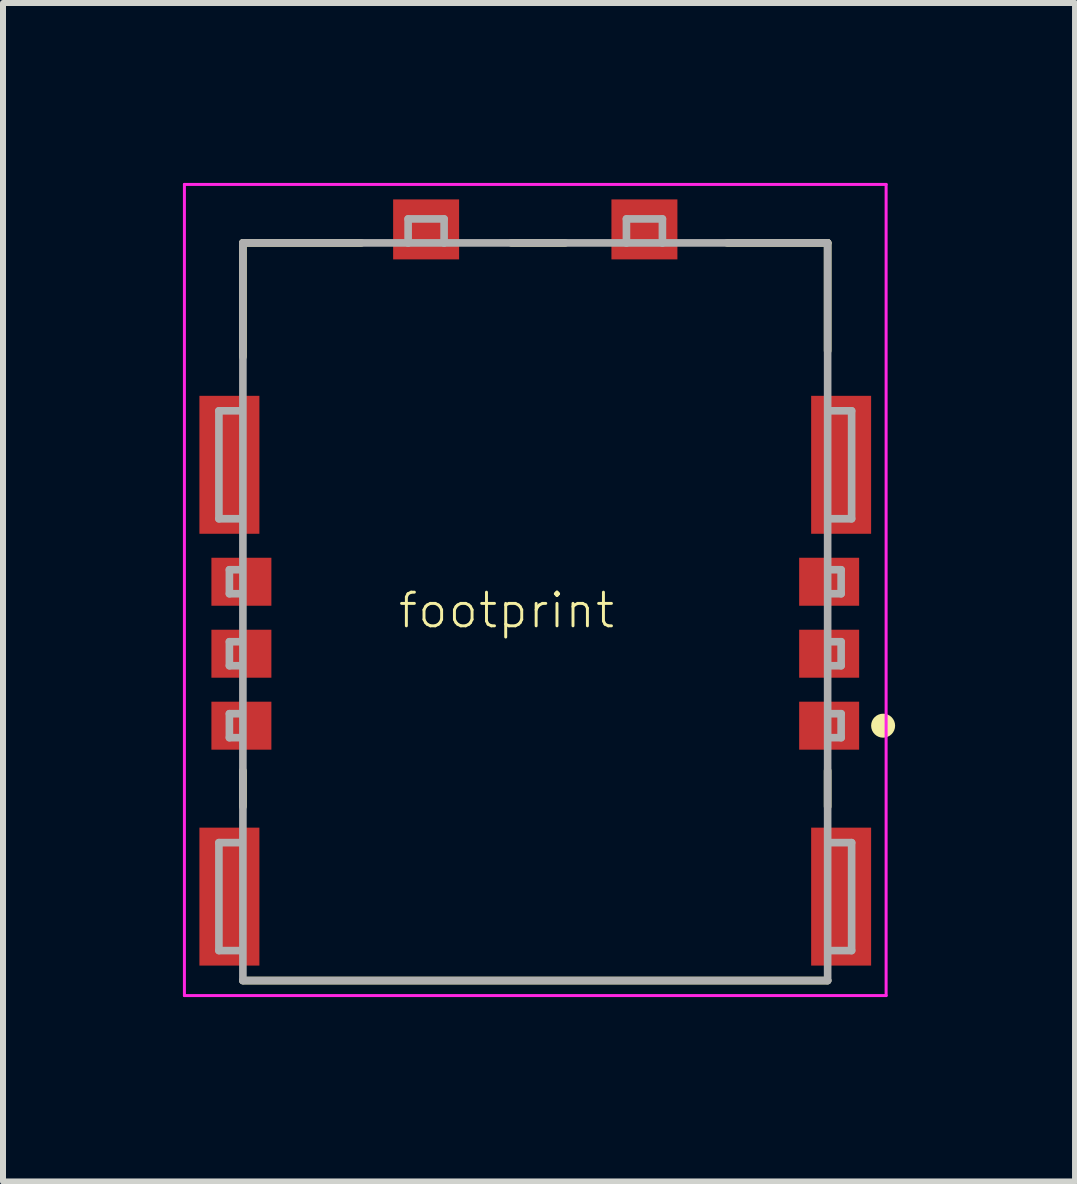
<source format=kicad_pcb>
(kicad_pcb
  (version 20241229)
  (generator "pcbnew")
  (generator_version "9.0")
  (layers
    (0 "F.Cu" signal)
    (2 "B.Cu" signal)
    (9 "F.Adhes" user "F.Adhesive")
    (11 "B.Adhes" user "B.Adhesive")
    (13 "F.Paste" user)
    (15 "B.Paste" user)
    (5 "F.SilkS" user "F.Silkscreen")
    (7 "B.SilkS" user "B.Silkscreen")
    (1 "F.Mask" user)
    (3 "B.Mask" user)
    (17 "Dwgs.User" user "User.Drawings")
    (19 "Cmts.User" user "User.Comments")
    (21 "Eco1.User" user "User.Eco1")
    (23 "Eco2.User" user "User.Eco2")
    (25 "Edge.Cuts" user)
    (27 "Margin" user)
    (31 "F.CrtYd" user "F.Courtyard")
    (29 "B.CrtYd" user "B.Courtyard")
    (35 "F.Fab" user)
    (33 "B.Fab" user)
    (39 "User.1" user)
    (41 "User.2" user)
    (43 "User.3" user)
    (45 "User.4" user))
  (footprint "footprint"
    (layer "F.Cu")
    (at 5.875 13.4)
    (property "Reference" "footprint" (at -2.315 -5.944 0) (layer "F.SilkS") (effects (font (size 0.561 0.561) (thickness 0.049)) (justify left bottom)))
    (fp_line (start -4.875 -12.4) (end -4.875 -10.5) (stroke (width 0.127) (type solid)) (layer "F.SilkS"))
    (fp_line (start -4.875 -3.6) (end -4.875 -3) (stroke (width 0.127) (type solid)) (layer "F.SilkS"))
    (fp_line (start -4.875 -0.1) (end 4.875 -0.1) (stroke (width 0.127) (type solid)) (layer "F.SilkS"))
    (fp_line (start -2.9 -12.4) (end -4.875 -12.4) (stroke (width 0.127) (type solid)) (layer "F.SilkS"))
    (fp_line (start -0.4 -12.4) (end 0.5 -12.4) (stroke (width 0.127) (type solid)) (layer "F.SilkS"))
    (fp_line (start 3.2 -12.4) (end 4.875 -12.4) (stroke (width 0.127) (type solid)) (layer "F.SilkS"))
    (fp_line (start 4.875 -12.4) (end 4.875 -10.6) (stroke (width 0.127) (type solid)) (layer "F.SilkS"))
    (fp_line (start 4.875 -3.6) (end 4.875 -3) (stroke (width 0.127) (type solid)) (layer "F.SilkS"))
    (fp_circle (center 5.8 -4.35) (end 5.9 -4.35) (stroke (width 0.2) (type solid)) (fill no) (layer "F.SilkS"))
    (fp_line (start -5.85 -13.375) (end -5.85 0.15) (stroke (width 0.05) (type solid)) (layer "F.CrtYd"))
    (fp_line (start -5.85 0.15) (end 5.85 0.15) (stroke (width 0.05) (type solid)) (layer "F.CrtYd"))
    (fp_line (start 5.85 -13.375) (end -5.85 -13.375) (stroke (width 0.05) (type solid)) (layer "F.CrtYd"))
    (fp_line (start 5.85 0.15) (end 5.85 -13.375) (stroke (width 0.05) (type solid)) (layer "F.CrtYd"))
    (fp_line (start -5.275 -9.6) (end -5.275 -7.8) (stroke (width 0.127) (type solid)) (layer "F.Fab"))
    (fp_line (start -5.275 -7.8) (end -4.9 -7.8) (stroke (width 0.127) (type solid)) (layer "F.Fab"))
    (fp_line (start -5.275 -2.4) (end -5.275 -0.6) (stroke (width 0.127) (type solid)) (layer "F.Fab"))
    (fp_line (start -5.275 -0.6) (end -4.9 -0.6) (stroke (width 0.127) (type solid)) (layer "F.Fab"))
    (fp_line (start -5.1 -6.95) (end -5.1 -6.55) (stroke (width 0.127) (type solid)) (layer "F.Fab"))
    (fp_line (start -5.1 -6.55) (end -4.9 -6.55) (stroke (width 0.127) (type solid)) (layer "F.Fab"))
    (fp_line (start -5.1 -5.75) (end -5.1 -5.35) (stroke (width 0.127) (type solid)) (layer "F.Fab"))
    (fp_line (start -5.1 -5.35) (end -4.9 -5.35) (stroke (width 0.127) (type solid)) (layer "F.Fab"))
    (fp_line (start -5.1 -4.55) (end -5.1 -4.15) (stroke (width 0.127) (type solid)) (layer "F.Fab"))
    (fp_line (start -5.1 -4.15) (end -4.9 -4.15) (stroke (width 0.127) (type solid)) (layer "F.Fab"))
    (fp_line (start -4.9 -9.6) (end -5.275 -9.6) (stroke (width 0.127) (type solid)) (layer "F.Fab"))
    (fp_line (start -4.9 -6.95) (end -5.1 -6.95) (stroke (width 0.127) (type solid)) (layer "F.Fab"))
    (fp_line (start -4.9 -5.75) (end -5.1 -5.75) (stroke (width 0.127) (type solid)) (layer "F.Fab"))
    (fp_line (start -4.9 -4.55) (end -5.1 -4.55) (stroke (width 0.127) (type solid)) (layer "F.Fab"))
    (fp_line (start -4.9 -2.4) (end -5.275 -2.4) (stroke (width 0.127) (type solid)) (layer "F.Fab"))
    (fp_line (start -4.875 -12.4) (end -2.12 -12.4) (stroke (width 0.127) (type solid)) (layer "F.Fab"))
    (fp_line (start -4.875 -0.1) (end -4.875 -12.4) (stroke (width 0.127) (type solid)) (layer "F.Fab"))
    (fp_line (start -2.12 -12.8) (end -2.12 -12.4) (stroke (width 0.127) (type solid)) (layer "F.Fab"))
    (fp_line (start -2.12 -12.4) (end -1.52 -12.4) (stroke (width 0.127) (type solid)) (layer "F.Fab"))
    (fp_line (start -1.52 -12.8) (end -2.12 -12.8) (stroke (width 0.127) (type solid)) (layer "F.Fab"))
    (fp_line (start -1.52 -12.4) (end -1.52 -12.8) (stroke (width 0.127) (type solid)) (layer "F.Fab"))
    (fp_line (start -1.52 -12.4) (end 1.52 -12.4) (stroke (width 0.127) (type solid)) (layer "F.Fab"))
    (fp_line (start 1.52 -12.8) (end 1.52 -12.4) (stroke (width 0.127) (type solid)) (layer "F.Fab"))
    (fp_line (start 1.52 -12.4) (end 2.12 -12.4) (stroke (width 0.127) (type solid)) (layer "F.Fab"))
    (fp_line (start 2.12 -12.8) (end 1.52 -12.8) (stroke (width 0.127) (type solid)) (layer "F.Fab"))
    (fp_line (start 2.12 -12.4) (end 2.12 -12.8) (stroke (width 0.127) (type solid)) (layer "F.Fab"))
    (fp_line (start 2.12 -12.4) (end 4.875 -12.4) (stroke (width 0.127) (type solid)) (layer "F.Fab"))
    (fp_line (start 4.875 -12.4) (end 4.875 -0.1) (stroke (width 0.127) (type solid)) (layer "F.Fab"))
    (fp_line (start 4.875 -0.1) (end -4.875 -0.1) (stroke (width 0.127) (type solid)) (layer "F.Fab"))
    (fp_line (start 4.9 -7.8) (end 5.275 -7.8) (stroke (width 0.127) (type solid)) (layer "F.Fab"))
    (fp_line (start 4.9 -6.55) (end 5.1 -6.55) (stroke (width 0.127) (type solid)) (layer "F.Fab"))
    (fp_line (start 4.9 -5.35) (end 5.1 -5.35) (stroke (width 0.127) (type solid)) (layer "F.Fab"))
    (fp_line (start 4.9 -4.15) (end 5.1 -4.15) (stroke (width 0.127) (type solid)) (layer "F.Fab"))
    (fp_line (start 4.9 -0.6) (end 5.275 -0.6) (stroke (width 0.127) (type solid)) (layer "F.Fab"))
    (fp_line (start 5.1 -6.95) (end 4.9 -6.95) (stroke (width 0.127) (type solid)) (layer "F.Fab"))
    (fp_line (start 5.1 -6.55) (end 5.1 -6.95) (stroke (width 0.127) (type solid)) (layer "F.Fab"))
    (fp_line (start 5.1 -5.75) (end 4.9 -5.75) (stroke (width 0.127) (type solid)) (layer "F.Fab"))
    (fp_line (start 5.1 -5.35) (end 5.1 -5.75) (stroke (width 0.127) (type solid)) (layer "F.Fab"))
    (fp_line (start 5.1 -4.55) (end 4.9 -4.55) (stroke (width 0.127) (type solid)) (layer "F.Fab"))
    (fp_line (start 5.1 -4.15) (end 5.1 -4.55) (stroke (width 0.127) (type solid)) (layer "F.Fab"))
    (fp_line (start 5.275 -9.6) (end 4.9 -9.6) (stroke (width 0.127) (type solid)) (layer "F.Fab"))
    (fp_line (start 5.275 -7.8) (end 5.275 -9.6) (stroke (width 0.127) (type solid)) (layer "F.Fab"))
    (fp_line (start 5.275 -2.4) (end 4.9 -2.4) (stroke (width 0.127) (type solid)) (layer "F.Fab"))
    (fp_line (start 5.275 -0.6) (end 5.275 -2.4) (stroke (width 0.127) (type solid)) (layer "F.Fab"))
    (pad "G1" smd rect (at -5.1 -1.5) (size 1 2.3) (layers "F.Cu" "F.Mask" "F.Paste"))
    (pad "G2" smd rect (at -5.1 -8.7) (size 1 2.3) (layers "F.Cu" "F.Mask" "F.Paste"))
    (pad "G3" smd rect (at 5.1 -8.7) (size 1 2.3) (layers "F.Cu" "F.Mask" "F.Paste"))
    (pad "G4" smd rect (at 5.1 -1.5) (size 1 2.3) (layers "F.Cu" "F.Mask" "F.Paste"))
    (pad "R1" smd rect (at -1.82 -12.625) (size 1.1 1) (layers "F.Cu" "F.Mask" "F.Paste"))
    (pad "R2" smd rect (at 1.82 -12.625) (size 1.1 1) (layers "F.Cu" "F.Mask" "F.Paste"))
    (pad "S1" smd rect (at 4.9 -4.35) (size 1 0.8) (layers "F.Cu" "F.Mask" "F.Paste"))
    (pad "S2" smd rect (at 4.9 -5.55) (size 1 0.8) (layers "F.Cu" "F.Mask" "F.Paste"))
    (pad "S3" smd rect (at -4.9 -4.35) (size 1 0.8) (layers "F.Cu" "F.Mask" "F.Paste"))
    (pad "S4" smd rect (at 4.9 -6.75) (size 1 0.8) (layers "F.Cu" "F.Mask" "F.Paste"))
    (pad "S5" smd rect (at -4.9 -5.55) (size 1 0.8) (layers "F.Cu" "F.Mask" "F.Paste"))
    (pad "S6" smd rect (at -4.9 -6.75) (size 1 0.8) (layers "F.Cu" "F.Mask" "F.Paste"))
    (zone (net_name "") (layer "F.Cu") (hatch edge 0.508) (connect_pads) (min_thickness 0.254) (filled_areas_thickness no) (keepout (tracks not_allowed) (vias not_allowed) (pads not_allowed) (copperpour not_allowed) (footprints allowed)) (placement (enabled no)) (fill) (polygon (pts (xy 2.729 13.049) (xy 3.935 13.049) (xy 3.935 10.15) (xy 2.729 10.15))))
    (zone (net_name "") (layer "F.Cu") (hatch edge 0.508) (connect_pads) (min_thickness 0.254) (filled_areas_thickness no) (keepout (tracks not_allowed) (vias not_allowed) (pads not_allowed) (copperpour not_allowed) (footprints allowed)) (placement (enabled no)) (fill) (polygon (pts (xy 2.733 5.744) (xy 3.935 5.744) (xy 3.935 2.65) (xy 2.733 2.65))))
    (zone (net_name "") (layer "F.Cu") (hatch edge 0.508) (connect_pads) (min_thickness 0.254) (filled_areas_thickness no) (keepout (tracks not_allowed) (vias not_allowed) (pads not_allowed) (copperpour not_allowed) (footprints allowed)) (placement (enabled no)) (fill) (polygon (pts (xy 5.274 5.737) (xy 6.475 5.737) (xy 6.475 2.65) (xy 5.274 2.65))))
    (zone (net_name "") (layer "F.Cu") (hatch edge 0.508) (connect_pads) (min_thickness 0.254) (filled_areas_thickness no) (keepout (tracks not_allowed) (vias not_allowed) (pads not_allowed) (copperpour not_allowed) (footprints allowed)) (placement (enabled no)) (fill) (polygon (pts (xy 5.274 13.05) (xy 6.475 13.05) (xy 6.475 10.15) (xy 5.274 10.15))))
    (zone (net_name "") (layer "F.Cu") (hatch edge 0.508) (connect_pads) (min_thickness 0.254) (filled_areas_thickness no) (keepout (tracks not_allowed) (vias not_allowed) (pads not_allowed) (copperpour not_allowed) (footprints allowed)) (placement (enabled no)) (fill) (polygon (pts (xy 7.815 5.748) (xy 9.015 5.748) (xy 9.015 2.65) (xy 7.815 2.65))))
    (zone (net_name "") (layer "F.Cu") (hatch edge 0.508) (connect_pads) (min_thickness 0.254) (filled_areas_thickness no) (keepout (tracks not_allowed) (vias not_allowed) (pads not_allowed) (copperpour not_allowed) (footprints allowed)) (placement (enabled no)) (fill) (polygon (pts (xy 7.818 13.049) (xy 9.015 13.049) (xy 9.015 10.15) (xy 7.818 10.15))))
    (zone (net_name "") (layers "F.Cu" "B.Cu") (hatch edge 0.508) (connect_pads) (min_thickness 0.254) (filled_areas_thickness no) (keepout (tracks allowed) (vias not_allowed) (pads allowed) (copperpour allowed) (footprints allowed)) (placement (enabled no)) (fill) (polygon (pts (xy 2.731 13.05) (xy 3.935 13.05) (xy 3.935 10.15) (xy 2.731 10.15))))
    (zone (net_name "") (layers "F.Cu" "B.Cu") (hatch edge 0.508) (connect_pads) (min_thickness 0.254) (filled_areas_thickness no) (keepout (tracks allowed) (vias not_allowed) (pads allowed) (copperpour allowed) (footprints allowed)) (placement (enabled no)) (fill) (polygon (pts (xy 2.732 5.744) (xy 3.935 5.744) (xy 3.935 2.65) (xy 2.732 2.65))))
    (zone (net_name "") (layers "F.Cu" "B.Cu") (hatch edge 0.508) (connect_pads) (min_thickness 0.254) (filled_areas_thickness no) (keepout (tracks allowed) (vias not_allowed) (pads allowed) (copperpour allowed) (footprints allowed)) (placement (enabled no)) (fill) (polygon (pts (xy 5.274 13.049) (xy 6.475 13.049) (xy 6.475 10.15) (xy 5.274 10.15))))
    (zone (net_name "") (layers "F.Cu" "B.Cu") (hatch edge 0.508) (connect_pads) (min_thickness 0.254) (filled_areas_thickness no) (keepout (tracks allowed) (vias not_allowed) (pads allowed) (copperpour allowed) (footprints allowed)) (placement (enabled no)) (fill) (polygon (pts (xy 5.274 5.737) (xy 6.475 5.737) (xy 6.475 2.65) (xy 5.274 2.65))))
    (zone (net_name "") (layers "F.Cu" "B.Cu") (hatch edge 0.508) (connect_pads) (min_thickness 0.254) (filled_areas_thickness no) (keepout (tracks allowed) (vias not_allowed) (pads allowed) (copperpour allowed) (footprints allowed)) (placement (enabled no)) (fill) (polygon (pts (xy 7.815 5.749) (xy 9.015 5.749) (xy 9.015 2.65) (xy 7.815 2.65))))
    (zone (net_name "") (layers "F.Cu" "B.Cu") (hatch edge 0.508) (connect_pads) (min_thickness 0.254) (filled_areas_thickness no) (keepout (tracks allowed) (vias not_allowed) (pads allowed) (copperpour allowed) (footprints allowed)) (placement (enabled no)) (fill) (polygon (pts (xy 7.816 13.05) (xy 9.015 13.05) (xy 9.015 10.15) (xy 7.816 10.15)))))
  (gr_rect
    (start -3 -3)
    (end 14.875 16.65)
    (stroke (width 0.1) (type default))
    (fill no)
    (layer "Edge.Cuts")))
</source>
